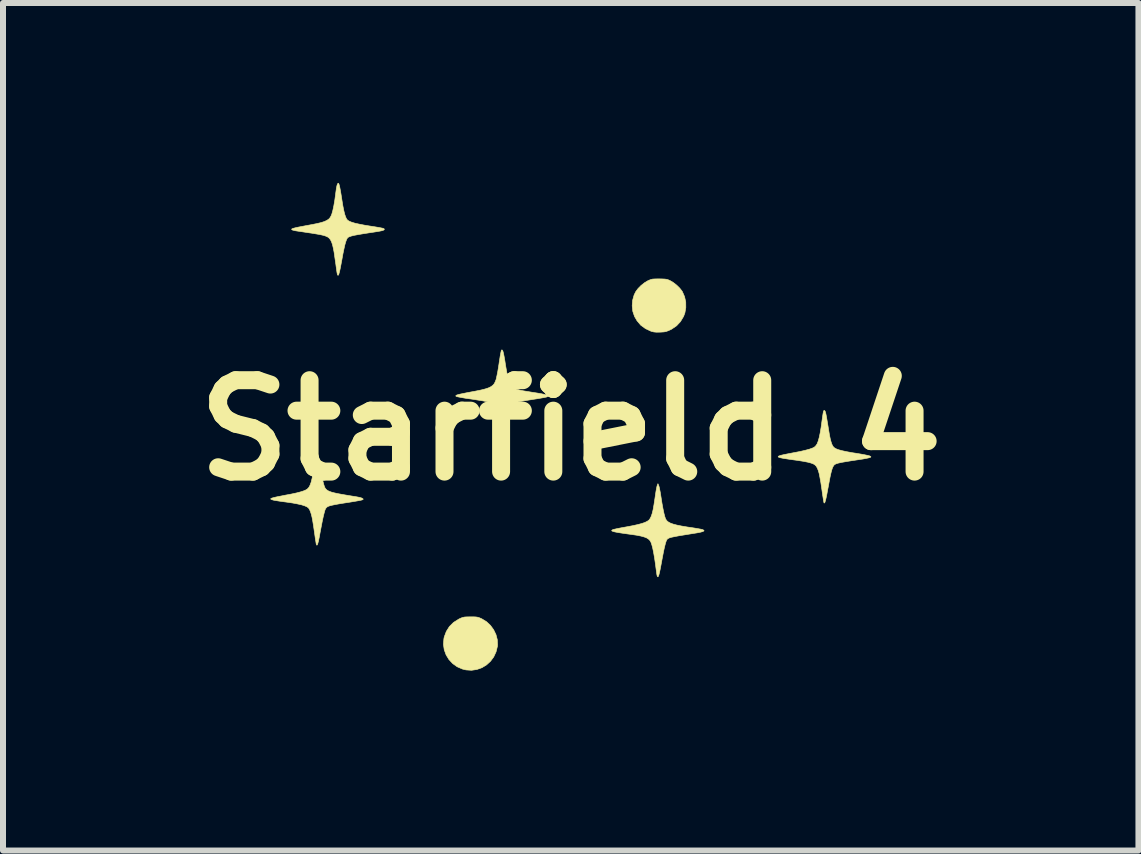
<source format=kicad_pcb>
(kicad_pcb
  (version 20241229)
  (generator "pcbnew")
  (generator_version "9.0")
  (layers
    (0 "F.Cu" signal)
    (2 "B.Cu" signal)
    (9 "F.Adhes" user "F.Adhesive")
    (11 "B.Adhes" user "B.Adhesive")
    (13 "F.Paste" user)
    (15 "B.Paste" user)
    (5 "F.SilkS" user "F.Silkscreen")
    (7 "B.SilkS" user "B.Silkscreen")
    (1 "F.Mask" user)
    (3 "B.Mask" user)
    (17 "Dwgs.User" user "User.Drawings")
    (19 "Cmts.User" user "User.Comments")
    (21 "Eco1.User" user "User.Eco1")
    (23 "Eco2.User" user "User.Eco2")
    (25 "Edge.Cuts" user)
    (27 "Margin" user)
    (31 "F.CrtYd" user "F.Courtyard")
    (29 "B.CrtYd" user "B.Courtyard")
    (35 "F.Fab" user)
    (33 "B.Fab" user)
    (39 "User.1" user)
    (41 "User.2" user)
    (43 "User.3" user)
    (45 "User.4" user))
  (footprint "Starfield 4"
    (layer "F.Cu")
    (at 6.466 4.124)
    (property "Reference" "Starfield 4" (at 0 0 0) (layer "F.SilkS") (effects (font (size 1.524 1.524) (thickness 0.3))))
    (attr through_hole)
    (fp_poly (pts (xy -1.617 3.111) (xy -1.579 3.113) (xy -1.549 3.118) (xy -1.521 3.127) (xy -1.49 3.141) (xy -1.481 3.145) (xy -1.404 3.192) (xy -1.338 3.254) (xy -1.285 3.327) (xy -1.246 3.408) (xy -1.224 3.493) (xy -1.22 3.579) (xy -1.222 3.601) (xy -1.245 3.695) (xy -1.284 3.779) (xy -1.338 3.852) (xy -1.405 3.913) (xy -1.481 3.959) (xy -1.565 3.989) (xy -1.654 4.002) (xy -1.746 3.996) (xy -1.807 3.981) (xy -1.894 3.943) (xy -1.969 3.889) (xy -2.031 3.822) (xy -2.078 3.745) (xy -2.109 3.66) (xy -2.122 3.57) (xy -2.115 3.478) (xy -2.109 3.447) (xy -2.074 3.354) (xy -2.023 3.273) (xy -1.955 3.205) (xy -1.87 3.151) (xy -1.857 3.144) (xy -1.824 3.129) (xy -1.797 3.12) (xy -1.769 3.114) (xy -1.733 3.112) (xy -1.683 3.111) (xy -1.67 3.111) (xy -1.617 3.111)) (stroke (width 0.01) (type solid)) (fill yes) (layer "F.SilkS"))
    (fp_poly (pts (xy 1.528 -2.523) (xy 1.568 -2.521) (xy 1.598 -2.517) (xy 1.625 -2.509) (xy 1.654 -2.497) (xy 1.657 -2.495) (xy 1.711 -2.463) (xy 1.767 -2.419) (xy 1.817 -2.37) (xy 1.856 -2.32) (xy 1.861 -2.312) (xy 1.898 -2.228) (xy 1.918 -2.138) (xy 1.919 -2.045) (xy 1.903 -1.954) (xy 1.881 -1.897) (xy 1.83 -1.812) (xy 1.765 -1.742) (xy 1.684 -1.687) (xy 1.667 -1.678) (xy 1.625 -1.659) (xy 1.591 -1.647) (xy 1.556 -1.64) (xy 1.512 -1.637) (xy 1.49 -1.636) (xy 1.431 -1.635) (xy 1.386 -1.639) (xy 1.347 -1.649) (xy 1.339 -1.651) (xy 1.246 -1.695) (xy 1.168 -1.752) (xy 1.106 -1.825) (xy 1.064 -1.897) (xy 1.035 -1.983) (xy 1.025 -2.075) (xy 1.032 -2.167) (xy 1.057 -2.256) (xy 1.085 -2.312) (xy 1.122 -2.362) (xy 1.173 -2.414) (xy 1.231 -2.46) (xy 1.286 -2.493) (xy 1.316 -2.506) (xy 1.341 -2.515) (xy 1.368 -2.521) (xy 1.404 -2.523) (xy 1.452 -2.524) (xy 1.473 -2.524) (xy 1.528 -2.523)) (stroke (width 0.01) (type solid)) (fill yes) (layer "F.SilkS"))
    (fp_poly (pts (xy 4.235 -0.327) (xy 4.243 -0.314) (xy 4.251 -0.289) (xy 4.259 -0.251) (xy 4.269 -0.196) (xy 4.281 -0.123) (xy 4.285 -0.1) (xy 4.301 -0.001) (xy 4.314 0.078) (xy 4.327 0.141) (xy 4.34 0.19) (xy 4.352 0.227) (xy 4.365 0.256) (xy 4.38 0.277) (xy 4.393 0.29) (xy 4.42 0.307) (xy 4.463 0.324) (xy 4.522 0.34) (xy 4.6 0.357) (xy 4.698 0.375) (xy 4.753 0.383) (xy 4.837 0.397) (xy 4.902 0.409) (xy 4.95 0.419) (xy 4.982 0.427) (xy 5 0.436) (xy 5.005 0.443) (xy 5.005 0.444) (xy 4.998 0.451) (xy 4.974 0.459) (xy 4.934 0.468) (xy 4.875 0.479) (xy 4.796 0.491) (xy 4.682 0.508) (xy 4.589 0.523) (xy 4.515 0.536) (xy 4.461 0.548) (xy 4.426 0.559) (xy 4.422 0.561) (xy 4.405 0.569) (xy 4.39 0.582) (xy 4.377 0.601) (xy 4.364 0.627) (xy 4.352 0.664) (xy 4.339 0.713) (xy 4.325 0.776) (xy 4.31 0.855) (xy 4.292 0.953) (xy 4.286 0.983) (xy 4.271 1.065) (xy 4.258 1.128) (xy 4.247 1.173) (xy 4.239 1.2) (xy 4.231 1.213) (xy 4.224 1.211) (xy 4.223 1.21) (xy 4.22 1.197) (xy 4.214 1.166) (xy 4.207 1.12) (xy 4.198 1.063) (xy 4.189 0.998) (xy 4.185 0.971) (xy 4.17 0.869) (xy 4.155 0.786) (xy 4.142 0.72) (xy 4.127 0.669) (xy 4.111 0.63) (xy 4.094 0.6) (xy 4.073 0.579) (xy 4.049 0.563) (xy 4.045 0.561) (xy 4.008 0.547) (xy 3.951 0.532) (xy 3.874 0.517) (xy 3.778 0.502) (xy 3.703 0.492) (xy 3.613 0.479) (xy 3.543 0.468) (xy 3.494 0.458) (xy 3.466 0.449) (xy 3.458 0.439) (xy 3.471 0.429) (xy 3.504 0.418) (xy 3.559 0.405) (xy 3.635 0.39) (xy 3.719 0.374) (xy 3.829 0.353) (xy 3.918 0.332) (xy 3.987 0.313) (xy 4.038 0.294) (xy 4.063 0.281) (xy 4.086 0.259) (xy 4.108 0.227) (xy 4.126 0.181) (xy 4.143 0.121) (xy 4.159 0.045) (xy 4.175 -0.05) (xy 4.184 -0.117) (xy 4.194 -0.19) (xy 4.202 -0.245) (xy 4.208 -0.283) (xy 4.213 -0.309) (xy 4.218 -0.323) (xy 4.223 -0.33) (xy 4.227 -0.331) (xy 4.235 -0.327)) (stroke (width 0.01) (type solid)) (fill yes) (layer "F.SilkS"))
    (fp_poly (pts (xy 1.468 0.924) (xy 1.475 0.946) (xy 1.483 0.985) (xy 1.493 1.035) (xy 1.502 1.092) (xy 1.505 1.111) (xy 1.522 1.219) (xy 1.539 1.311) (xy 1.555 1.387) (xy 1.57 1.444) (xy 1.583 1.481) (xy 1.585 1.483) (xy 1.602 1.508) (xy 1.627 1.529) (xy 1.662 1.548) (xy 1.709 1.565) (xy 1.77 1.581) (xy 1.848 1.597) (xy 1.944 1.613) (xy 2.006 1.622) (xy 2.065 1.631) (xy 2.118 1.64) (xy 2.162 1.648) (xy 2.191 1.654) (xy 2.197 1.656) (xy 2.22 1.667) (xy 2.222 1.678) (xy 2.202 1.689) (xy 2.162 1.7) (xy 2.1 1.712) (xy 2.092 1.713) (xy 1.98 1.731) (xy 1.888 1.746) (xy 1.813 1.758) (xy 1.754 1.769) (xy 1.709 1.778) (xy 1.676 1.785) (xy 1.652 1.792) (xy 1.642 1.796) (xy 1.62 1.807) (xy 1.605 1.821) (xy 1.593 1.845) (xy 1.58 1.883) (xy 1.58 1.885) (xy 1.571 1.919) (xy 1.559 1.969) (xy 1.546 2.03) (xy 1.533 2.098) (xy 1.52 2.166) (xy 1.504 2.253) (xy 1.491 2.321) (xy 1.48 2.372) (xy 1.471 2.408) (xy 1.463 2.431) (xy 1.456 2.442) (xy 1.452 2.444) (xy 1.444 2.435) (xy 1.437 2.412) (xy 1.437 2.409) (xy 1.433 2.385) (xy 1.428 2.346) (xy 1.421 2.296) (xy 1.414 2.241) (xy 1.414 2.241) (xy 1.399 2.137) (xy 1.383 2.044) (xy 1.367 1.965) (xy 1.35 1.902) (xy 1.337 1.866) (xy 1.321 1.839) (xy 1.299 1.816) (xy 1.268 1.796) (xy 1.225 1.779) (xy 1.17 1.764) (xy 1.099 1.75) (xy 1.01 1.737) (xy 0.95 1.729) (xy 0.859 1.716) (xy 0.788 1.705) (xy 0.736 1.695) (xy 0.702 1.686) (xy 0.685 1.677) (xy 0.684 1.669) (xy 0.697 1.66) (xy 0.707 1.655) (xy 0.725 1.651) (xy 0.76 1.643) (xy 0.809 1.633) (xy 0.866 1.622) (xy 0.923 1.612) (xy 1.029 1.592) (xy 1.116 1.573) (xy 1.184 1.555) (xy 1.237 1.537) (xy 1.276 1.518) (xy 1.303 1.499) (xy 1.306 1.496) (xy 1.325 1.47) (xy 1.343 1.433) (xy 1.359 1.385) (xy 1.374 1.322) (xy 1.388 1.242) (xy 1.403 1.143) (xy 1.404 1.138) (xy 1.413 1.074) (xy 1.422 1.016) (xy 1.431 0.968) (xy 1.438 0.934) (xy 1.443 0.918) (xy 1.454 0.891) (xy 1.468 0.924)) (stroke (width 0.01) (type solid)) (fill yes) (layer "F.SilkS"))
    (fp_poly (pts (xy -3.869 -4.114) (xy -3.862 -4.097) (xy -3.854 -4.067) (xy -3.845 -4.022) (xy -3.834 -3.96) (xy -3.821 -3.879) (xy -3.815 -3.839) (xy -3.799 -3.74) (xy -3.783 -3.661) (xy -3.768 -3.6) (xy -3.752 -3.554) (xy -3.736 -3.521) (xy -3.718 -3.501) (xy -3.718 -3.501) (xy -3.69 -3.484) (xy -3.65 -3.468) (xy -3.596 -3.452) (xy -3.527 -3.437) (xy -3.44 -3.42) (xy -3.348 -3.405) (xy -3.27 -3.393) (xy -3.21 -3.383) (xy -3.167 -3.375) (xy -3.137 -3.369) (xy -3.119 -3.363) (xy -3.11 -3.357) (xy -3.108 -3.351) (xy -3.109 -3.348) (xy -3.113 -3.341) (xy -3.125 -3.335) (xy -3.146 -3.328) (xy -3.178 -3.321) (xy -3.225 -3.313) (xy -3.288 -3.303) (xy -3.362 -3.292) (xy -3.464 -3.276) (xy -3.546 -3.262) (xy -3.611 -3.25) (xy -3.659 -3.238) (xy -3.693 -3.226) (xy -3.711 -3.217) (xy -3.725 -3.203) (xy -3.738 -3.178) (xy -3.752 -3.14) (xy -3.767 -3.087) (xy -3.782 -3.019) (xy -3.8 -2.932) (xy -3.815 -2.847) (xy -3.831 -2.761) (xy -3.844 -2.694) (xy -3.855 -2.645) (xy -3.864 -2.611) (xy -3.871 -2.591) (xy -3.878 -2.584) (xy -3.885 -2.587) (xy -3.889 -2.592) (xy -3.892 -2.605) (xy -3.898 -2.635) (xy -3.904 -2.679) (xy -3.912 -2.733) (xy -3.916 -2.765) (xy -3.932 -2.875) (xy -3.945 -2.966) (xy -3.959 -3.039) (xy -3.973 -3.098) (xy -3.989 -3.143) (xy -4.007 -3.178) (xy -4.028 -3.204) (xy -4.053 -3.223) (xy -4.084 -3.237) (xy -4.12 -3.249) (xy -4.12 -3.249) (xy -4.151 -3.256) (xy -4.199 -3.266) (xy -4.259 -3.276) (xy -4.326 -3.287) (xy -4.397 -3.297) (xy -4.401 -3.298) (xy -4.481 -3.31) (xy -4.543 -3.319) (xy -4.588 -3.326) (xy -4.619 -3.333) (xy -4.638 -3.338) (xy -4.649 -3.344) (xy -4.653 -3.35) (xy -4.653 -3.352) (xy -4.647 -3.359) (xy -4.629 -3.366) (xy -4.596 -3.375) (xy -4.547 -3.386) (xy -4.48 -3.399) (xy -4.416 -3.411) (xy -4.313 -3.43) (xy -4.228 -3.447) (xy -4.161 -3.463) (xy -4.108 -3.48) (xy -4.067 -3.499) (xy -4.036 -3.519) (xy -4.014 -3.543) (xy -3.997 -3.572) (xy -3.983 -3.606) (xy -3.982 -3.61) (xy -3.966 -3.667) (xy -3.95 -3.742) (xy -3.934 -3.835) (xy -3.919 -3.948) (xy -3.916 -3.97) (xy -3.907 -4.034) (xy -3.898 -4.079) (xy -3.889 -4.106) (xy -3.879 -4.118) (xy -3.875 -4.119) (xy -3.869 -4.114)) (stroke (width 0.01) (type solid)) (fill yes) (layer "F.SilkS"))
    (fp_poly (pts (xy -4.229 0.377) (xy -4.221 0.387) (xy -4.215 0.404) (xy -4.206 0.438) (xy -4.197 0.484) (xy -4.187 0.538) (xy -4.184 0.558) (xy -4.165 0.675) (xy -4.148 0.774) (xy -4.131 0.853) (xy -4.115 0.913) (xy -4.101 0.952) (xy -4.097 0.96) (xy -4.084 0.978) (xy -4.068 0.994) (xy -4.047 1.008) (xy -4.018 1.021) (xy -3.981 1.034) (xy -3.932 1.046) (xy -3.87 1.059) (xy -3.793 1.073) (xy -3.699 1.089) (xy -3.587 1.107) (xy -3.563 1.111) (xy -3.523 1.119) (xy -3.49 1.128) (xy -3.472 1.137) (xy -3.46 1.147) (xy -3.464 1.155) (xy -3.481 1.162) (xy -3.5 1.167) (xy -3.537 1.174) (xy -3.587 1.183) (xy -3.647 1.193) (xy -3.714 1.204) (xy -3.729 1.206) (xy -3.8 1.217) (xy -3.867 1.228) (xy -3.927 1.239) (xy -3.975 1.249) (xy -4.007 1.257) (xy -4.01 1.257) (xy -4.047 1.27) (xy -4.069 1.284) (xy -4.085 1.304) (xy -4.092 1.317) (xy -4.101 1.342) (xy -4.112 1.383) (xy -4.125 1.435) (xy -4.138 1.494) (xy -4.143 1.519) (xy -4.156 1.587) (xy -4.17 1.659) (xy -4.183 1.728) (xy -4.193 1.784) (xy -4.195 1.793) (xy -4.207 1.852) (xy -4.218 1.891) (xy -4.226 1.912) (xy -4.234 1.916) (xy -4.241 1.904) (xy -4.245 1.888) (xy -4.25 1.855) (xy -4.258 1.808) (xy -4.266 1.75) (xy -4.275 1.687) (xy -4.289 1.59) (xy -4.302 1.511) (xy -4.314 1.447) (xy -4.327 1.396) (xy -4.34 1.356) (xy -4.355 1.322) (xy -4.372 1.296) (xy -4.397 1.277) (xy -4.433 1.261) (xy -4.485 1.244) (xy -4.552 1.229) (xy -4.636 1.213) (xy -4.739 1.198) (xy -4.808 1.189) (xy -4.863 1.181) (xy -4.913 1.173) (xy -4.953 1.166) (xy -4.977 1.159) (xy -4.979 1.159) (xy -5 1.149) (xy -5.003 1.143) (xy -4.989 1.134) (xy -4.987 1.133) (xy -4.969 1.127) (xy -4.934 1.118) (xy -4.885 1.107) (xy -4.827 1.096) (xy -4.763 1.083) (xy -4.763 1.083) (xy -4.66 1.064) (xy -4.576 1.046) (xy -4.51 1.029) (xy -4.459 1.013) (xy -4.42 0.997) (xy -4.392 0.98) (xy -4.388 0.976) (xy -4.365 0.951) (xy -4.346 0.915) (xy -4.328 0.865) (xy -4.312 0.8) (xy -4.296 0.719) (xy -4.281 0.618) (xy -4.273 0.56) (xy -4.266 0.506) (xy -4.258 0.457) (xy -4.251 0.419) (xy -4.246 0.396) (xy -4.246 0.395) (xy -4.237 0.377) (xy -4.229 0.377)) (stroke (width 0.01) (type solid)) (fill yes) (layer "F.SilkS"))
    (fp_poly (pts (xy -1.138 -1.333) (xy -1.129 -1.313) (xy -1.12 -1.278) (xy -1.11 -1.227) (xy -1.098 -1.158) (xy -1.088 -1.092) (xy -1.076 -1.022) (xy -1.064 -0.954) (xy -1.052 -0.893) (xy -1.041 -0.844) (xy -1.032 -0.811) (xy -1.032 -0.811) (xy -1.018 -0.776) (xy -1.001 -0.747) (xy -0.979 -0.723) (xy -0.949 -0.703) (xy -0.908 -0.686) (xy -0.855 -0.671) (xy -0.787 -0.657) (xy -0.7 -0.643) (xy -0.653 -0.635) (xy -0.562 -0.621) (xy -0.49 -0.609) (xy -0.437 -0.598) (xy -0.4 -0.589) (xy -0.38 -0.581) (xy -0.373 -0.573) (xy -0.379 -0.565) (xy -0.396 -0.557) (xy -0.399 -0.555) (xy -0.418 -0.551) (xy -0.453 -0.544) (xy -0.503 -0.535) (xy -0.562 -0.525) (xy -0.629 -0.515) (xy -0.641 -0.513) (xy -0.74 -0.497) (xy -0.82 -0.484) (xy -0.883 -0.471) (xy -0.93 -0.459) (xy -0.964 -0.447) (xy -0.986 -0.435) (xy -0.998 -0.423) (xy -1.008 -0.402) (xy -1.019 -0.371) (xy -1.031 -0.326) (xy -1.045 -0.266) (xy -1.06 -0.189) (xy -1.079 -0.094) (xy -1.089 -0.039) (xy -1.104 0.044) (xy -1.117 0.108) (xy -1.128 0.153) (xy -1.137 0.182) (xy -1.144 0.196) (xy -1.151 0.197) (xy -1.156 0.187) (xy -1.16 0.171) (xy -1.166 0.137) (xy -1.173 0.091) (xy -1.181 0.036) (xy -1.185 0.002) (xy -1.2 -0.107) (xy -1.215 -0.196) (xy -1.228 -0.269) (xy -1.243 -0.326) (xy -1.258 -0.37) (xy -1.275 -0.403) (xy -1.294 -0.427) (xy -1.315 -0.444) (xy -1.324 -0.449) (xy -1.347 -0.459) (xy -1.372 -0.468) (xy -1.403 -0.477) (xy -1.443 -0.486) (xy -1.494 -0.495) (xy -1.559 -0.505) (xy -1.642 -0.518) (xy -1.677 -0.523) (xy -1.743 -0.532) (xy -1.802 -0.542) (xy -1.851 -0.551) (xy -1.886 -0.558) (xy -1.905 -0.563) (xy -1.906 -0.563) (xy -1.917 -0.572) (xy -1.912 -0.58) (xy -1.9 -0.587) (xy -1.882 -0.593) (xy -1.847 -0.602) (xy -1.798 -0.612) (xy -1.74 -0.624) (xy -1.677 -0.636) (xy -1.575 -0.655) (xy -1.492 -0.672) (xy -1.425 -0.689) (xy -1.373 -0.706) (xy -1.333 -0.725) (xy -1.303 -0.746) (xy -1.28 -0.77) (xy -1.263 -0.8) (xy -1.249 -0.835) (xy -1.247 -0.838) (xy -1.239 -0.869) (xy -1.229 -0.916) (xy -1.217 -0.976) (xy -1.206 -1.042) (xy -1.195 -1.112) (xy -1.195 -1.114) (xy -1.185 -1.179) (xy -1.176 -1.238) (xy -1.167 -1.285) (xy -1.16 -1.319) (xy -1.155 -1.336) (xy -1.154 -1.337) (xy -1.146 -1.34) (xy -1.138 -1.333)) (stroke (width 0.01) (type solid)) (fill yes) (layer "F.SilkS")))
  (gr_rect
    (start -3 -3)
    (end 15.932 11.131)
    (stroke (width 0.1) (type default))
    (fill no)
    (layer "Edge.Cuts")))
</source>
